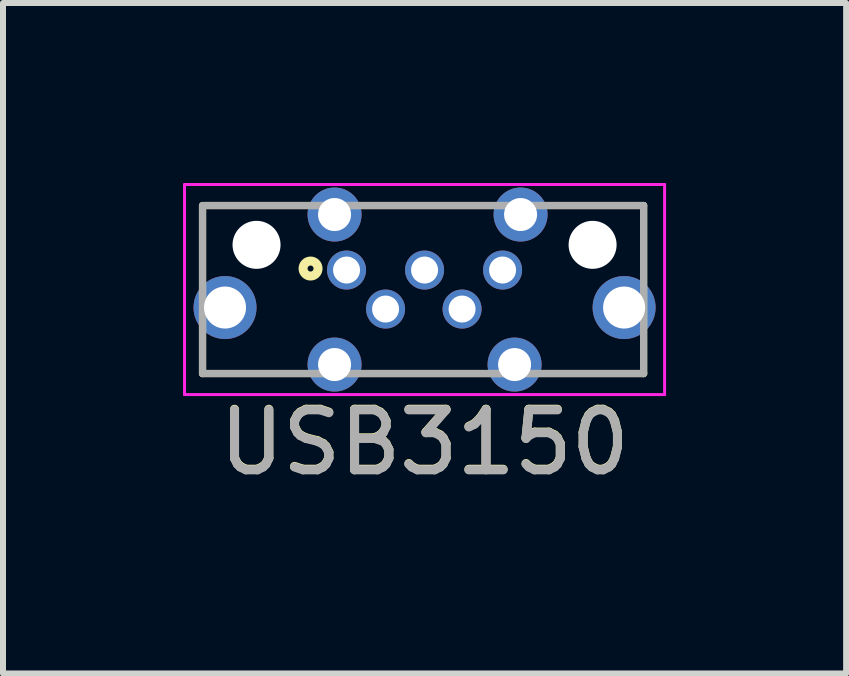
<source format=kicad_pcb>
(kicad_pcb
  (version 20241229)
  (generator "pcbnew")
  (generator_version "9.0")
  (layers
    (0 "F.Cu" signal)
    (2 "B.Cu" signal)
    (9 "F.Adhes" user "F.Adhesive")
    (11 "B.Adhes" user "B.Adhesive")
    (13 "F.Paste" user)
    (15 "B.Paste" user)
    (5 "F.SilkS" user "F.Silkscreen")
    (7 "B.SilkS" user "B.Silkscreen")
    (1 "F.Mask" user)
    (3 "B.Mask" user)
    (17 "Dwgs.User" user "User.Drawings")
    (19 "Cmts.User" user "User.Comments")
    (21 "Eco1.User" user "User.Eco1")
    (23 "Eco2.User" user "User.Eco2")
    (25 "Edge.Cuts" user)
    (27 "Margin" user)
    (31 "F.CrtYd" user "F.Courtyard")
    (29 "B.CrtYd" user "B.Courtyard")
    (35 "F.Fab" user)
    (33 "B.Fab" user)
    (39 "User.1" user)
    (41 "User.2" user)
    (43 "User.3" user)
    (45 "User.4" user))
  (footprint "USB3150"
    (layer "F.Cu")
    (at 4.025 1.775)
    (property "Reference" "USB3150" (at 0 2.54 0) (layer "F.SilkS") (effects (font (size 1 1) (thickness 0.15))))
    (attr through_hole)
    (fp_line (start -3.7 1.4) (end -3.7 -1.4) (stroke (width 0.12) (type solid)) (layer "F.SilkS"))
    (fp_line (start -3.675 -1.4) (end 3.65 -1.4) (stroke (width 0.12) (type solid)) (layer "F.SilkS"))
    (fp_line (start 3.65 -1.4) (end 3.65 1.4) (stroke (width 0.12) (type solid)) (layer "F.SilkS"))
    (fp_line (start 3.65 1.4) (end -3.7 1.4) (stroke (width 0.12) (type solid)) (layer "F.SilkS"))
    (fp_circle (center -1.9 -0.35) (end -1.9 -0.225) (stroke (width 0.15) (type solid)) (fill no) (layer "F.SilkS"))
    (fp_line (start -4 -1.75) (end -4 1.75) (stroke (width 0.05) (type solid)) (layer "F.CrtYd"))
    (fp_line (start -4 1.75) (end 4 1.75) (stroke (width 0.05) (type solid)) (layer "F.CrtYd"))
    (fp_line (start 4 -1.75) (end -4 -1.75) (stroke (width 0.05) (type solid)) (layer "F.CrtYd"))
    (fp_line (start 4 1.75) (end 4 -1.75) (stroke (width 0.05) (type solid)) (layer "F.CrtYd"))
    (fp_line (start -3.7 1.4) (end -3.7 -1.4) (stroke (width 0.12) (type solid)) (layer "F.Fab"))
    (fp_line (start -3.675 -1.4) (end 3.65 -1.4) (stroke (width 0.12) (type solid)) (layer "F.Fab"))
    (fp_line (start 3.65 -1.4) (end 3.65 1.4) (stroke (width 0.12) (type solid)) (layer "F.Fab"))
    (fp_line (start 3.65 1.4) (end -3.7 1.4) (stroke (width 0.12) (type solid)) (layer "F.Fab"))
    (fp_text user "${REFERENCE}" (at 0 2.55 0) (layer "F.Fab") (effects (font (size 1 1) (thickness 0.15))))
    (pad "" np_thru_hole circle (at -2.8 -0.745) (size 0.8 0.8) (drill 0.8) (layers "*.Cu" "*.Mask"))
    (pad "" np_thru_hole circle (at 2.8 -0.745) (size 0.8 0.8) (drill 0.8) (layers "*.Cu" "*.Mask"))
    (pad "1" thru_hole circle (at -1.3 -0.325) (size 0.65 0.65) (drill 0.45) (layers "*.Cu" "*.Mask"))
    (pad "2" thru_hole circle (at -0.65 0.325) (size 0.65 0.65) (drill 0.45) (layers "*.Cu" "*.Mask"))
    (pad "3" thru_hole circle (at 0 -0.325) (size 0.65 0.65) (drill 0.45) (layers "*.Cu" "*.Mask"))
    (pad "4" thru_hole circle (at 0.625 0.325) (size 0.65 0.65) (drill 0.45) (layers "*.Cu" "*.Mask"))
    (pad "5" thru_hole circle (at 1.3 -0.325) (size 0.65 0.65) (drill 0.45) (layers "*.Cu" "*.Mask"))
    (pad "6" thru_hole circle (at -3.325 0.3) (size 1.05 1.05) (drill 0.7) (layers "*.Cu" "*.Mask"))
    (pad "6" thru_hole circle (at -1.5 -1.25) (size 0.9 0.9) (drill 0.55) (layers "*.Cu" "*.Mask"))
    (pad "6" thru_hole circle (at -1.5 1.25) (size 0.9 0.9) (drill 0.55) (layers "*.Cu" "*.Mask"))
    (pad "6" thru_hole circle (at 1.5 1.25) (size 0.9 0.9) (drill 0.55) (layers "*.Cu" "*.Mask"))
    (pad "6" thru_hole circle (at 1.6 -1.25) (size 0.9 0.9) (drill 0.55) (layers "*.Cu" "*.Mask"))
    (pad "6" thru_hole circle (at 3.325 0.3) (size 1.05 1.05) (drill 0.7) (layers "*.Cu" "*.Mask")))
  (gr_rect
    (start -3 -3)
    (end 11.05 8.173)
    (stroke (width 0.1) (type default))
    (fill no)
    (layer "Edge.Cuts")))
</source>
